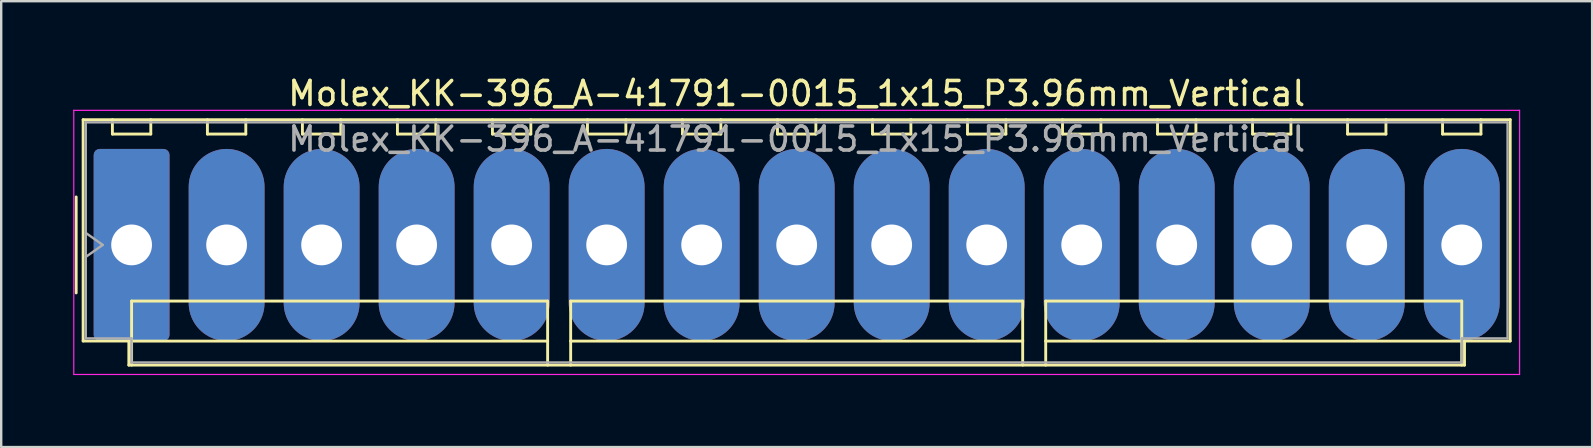
<source format=kicad_pcb>
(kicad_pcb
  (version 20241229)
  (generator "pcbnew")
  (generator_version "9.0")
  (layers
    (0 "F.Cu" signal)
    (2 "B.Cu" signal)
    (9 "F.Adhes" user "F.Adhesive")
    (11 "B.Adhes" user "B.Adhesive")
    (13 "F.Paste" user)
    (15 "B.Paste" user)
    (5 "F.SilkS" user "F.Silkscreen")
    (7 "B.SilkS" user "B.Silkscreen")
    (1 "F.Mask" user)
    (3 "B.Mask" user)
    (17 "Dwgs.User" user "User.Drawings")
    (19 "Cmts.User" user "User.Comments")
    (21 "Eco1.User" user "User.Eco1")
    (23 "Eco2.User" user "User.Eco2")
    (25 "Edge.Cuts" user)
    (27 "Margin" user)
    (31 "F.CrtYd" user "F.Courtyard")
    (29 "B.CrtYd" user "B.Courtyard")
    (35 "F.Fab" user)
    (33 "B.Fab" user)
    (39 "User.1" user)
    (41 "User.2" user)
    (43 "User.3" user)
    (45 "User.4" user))
  (footprint "Molex_KK-396_A-41791-0015_1x15_P3.96mm_Vertical"
    (layer "F.Cu")
    (at 2.435 7.158)
    (property "Reference" "Molex_KK-396_A-41791-0015_1x15_P3.96mm_Vertical" (at 27.72 -6.31 0) (layer "F.SilkS") (effects (font (size 1 1) (thickness 0.15))))
    (attr through_hole)
    (fp_line (start -2.31 -2) (end -2.31 2) (stroke (width 0.12) (type solid)) (layer "F.SilkS"))
    (fp_line (start -2.02 -5.22) (end 57.46 -5.22) (stroke (width 0.12) (type solid)) (layer "F.SilkS"))
    (fp_line (start -2.02 4.005) (end -2.02 -5.22) (stroke (width 0.12) (type solid)) (layer "F.SilkS"))
    (fp_line (start -0.8 -5.22) (end -0.8 -4.62) (stroke (width 0.12) (type solid)) (layer "F.SilkS"))
    (fp_line (start -0.8 -4.62) (end 0.8 -4.62) (stroke (width 0.12) (type solid)) (layer "F.SilkS"))
    (fp_line (start -0.115 4.005) (end -2.02 4.005) (stroke (width 0.12) (type solid)) (layer "F.SilkS"))
    (fp_line (start -0.115 5.01) (end -0.115 4.005) (stroke (width 0.12) (type solid)) (layer "F.SilkS"))
    (fp_line (start 0 2.34) (end 17.34 2.34) (stroke (width 0.12) (type solid)) (layer "F.SilkS"))
    (fp_line (start 0 4.01) (end 0 2.34) (stroke (width 0.12) (type solid)) (layer "F.SilkS"))
    (fp_line (start 0 4.01) (end 17.34 4.01) (stroke (width 0.12) (type solid)) (layer "F.SilkS"))
    (fp_line (start 0 5.01) (end 0 4.01) (stroke (width 0.12) (type solid)) (layer "F.SilkS"))
    (fp_line (start 0.8 -4.62) (end 0.8 -5.22) (stroke (width 0.12) (type solid)) (layer "F.SilkS"))
    (fp_line (start 3.16 -5.22) (end 3.16 -4.62) (stroke (width 0.12) (type solid)) (layer "F.SilkS"))
    (fp_line (start 3.16 -4.62) (end 4.76 -4.62) (stroke (width 0.12) (type solid)) (layer "F.SilkS"))
    (fp_line (start 4.76 -4.62) (end 4.76 -5.22) (stroke (width 0.12) (type solid)) (layer "F.SilkS"))
    (fp_line (start 7.12 -5.22) (end 7.12 -4.62) (stroke (width 0.12) (type solid)) (layer "F.SilkS"))
    (fp_line (start 7.12 -4.62) (end 8.72 -4.62) (stroke (width 0.12) (type solid)) (layer "F.SilkS"))
    (fp_line (start 8.72 -4.62) (end 8.72 -5.22) (stroke (width 0.12) (type solid)) (layer "F.SilkS"))
    (fp_line (start 11.08 -5.22) (end 11.08 -4.62) (stroke (width 0.12) (type solid)) (layer "F.SilkS"))
    (fp_line (start 11.08 -4.62) (end 12.68 -4.62) (stroke (width 0.12) (type solid)) (layer "F.SilkS"))
    (fp_line (start 12.68 -4.62) (end 12.68 -5.22) (stroke (width 0.12) (type solid)) (layer "F.SilkS"))
    (fp_line (start 15.04 -5.22) (end 15.04 -4.62) (stroke (width 0.12) (type solid)) (layer "F.SilkS"))
    (fp_line (start 15.04 -4.62) (end 16.64 -4.62) (stroke (width 0.12) (type solid)) (layer "F.SilkS"))
    (fp_line (start 16.64 -4.62) (end 16.64 -5.22) (stroke (width 0.12) (type solid)) (layer "F.SilkS"))
    (fp_line (start 17.34 2.34) (end 17.34 4.01) (stroke (width 0.12) (type solid)) (layer "F.SilkS"))
    (fp_line (start 17.34 4.01) (end 17.34 5.01) (stroke (width 0.12) (type solid)) (layer "F.SilkS"))
    (fp_line (start 18.3 2.34) (end 37.14 2.34) (stroke (width 0.12) (type solid)) (layer "F.SilkS"))
    (fp_line (start 18.3 4.01) (end 18.3 2.34) (stroke (width 0.12) (type solid)) (layer "F.SilkS"))
    (fp_line (start 18.3 4.01) (end 37.14 4.01) (stroke (width 0.12) (type solid)) (layer "F.SilkS"))
    (fp_line (start 18.3 5.01) (end 18.3 4.01) (stroke (width 0.12) (type solid)) (layer "F.SilkS"))
    (fp_line (start 19 -5.22) (end 19 -4.62) (stroke (width 0.12) (type solid)) (layer "F.SilkS"))
    (fp_line (start 19 -4.62) (end 20.6 -4.62) (stroke (width 0.12) (type solid)) (layer "F.SilkS"))
    (fp_line (start 20.6 -4.62) (end 20.6 -5.22) (stroke (width 0.12) (type solid)) (layer "F.SilkS"))
    (fp_line (start 22.96 -5.22) (end 22.96 -4.62) (stroke (width 0.12) (type solid)) (layer "F.SilkS"))
    (fp_line (start 22.96 -4.62) (end 24.56 -4.62) (stroke (width 0.12) (type solid)) (layer "F.SilkS"))
    (fp_line (start 24.56 -4.62) (end 24.56 -5.22) (stroke (width 0.12) (type solid)) (layer "F.SilkS"))
    (fp_line (start 26.92 -5.22) (end 26.92 -4.62) (stroke (width 0.12) (type solid)) (layer "F.SilkS"))
    (fp_line (start 26.92 -4.62) (end 28.52 -4.62) (stroke (width 0.12) (type solid)) (layer "F.SilkS"))
    (fp_line (start 28.52 -4.62) (end 28.52 -5.22) (stroke (width 0.12) (type solid)) (layer "F.SilkS"))
    (fp_line (start 30.88 -5.22) (end 30.88 -4.62) (stroke (width 0.12) (type solid)) (layer "F.SilkS"))
    (fp_line (start 30.88 -4.62) (end 32.48 -4.62) (stroke (width 0.12) (type solid)) (layer "F.SilkS"))
    (fp_line (start 32.48 -4.62) (end 32.48 -5.22) (stroke (width 0.12) (type solid)) (layer "F.SilkS"))
    (fp_line (start 34.84 -5.22) (end 34.84 -4.62) (stroke (width 0.12) (type solid)) (layer "F.SilkS"))
    (fp_line (start 34.84 -4.62) (end 36.44 -4.62) (stroke (width 0.12) (type solid)) (layer "F.SilkS"))
    (fp_line (start 36.44 -4.62) (end 36.44 -5.22) (stroke (width 0.12) (type solid)) (layer "F.SilkS"))
    (fp_line (start 37.14 2.34) (end 37.14 4.01) (stroke (width 0.12) (type solid)) (layer "F.SilkS"))
    (fp_line (start 37.14 4.01) (end 37.14 5.01) (stroke (width 0.12) (type solid)) (layer "F.SilkS"))
    (fp_line (start 38.1 2.34) (end 55.44 2.34) (stroke (width 0.12) (type solid)) (layer "F.SilkS"))
    (fp_line (start 38.1 4.01) (end 38.1 2.34) (stroke (width 0.12) (type solid)) (layer "F.SilkS"))
    (fp_line (start 38.1 4.01) (end 55.44 4.01) (stroke (width 0.12) (type solid)) (layer "F.SilkS"))
    (fp_line (start 38.1 5.01) (end 38.1 4.01) (stroke (width 0.12) (type solid)) (layer "F.SilkS"))
    (fp_line (start 38.8 -5.22) (end 38.8 -4.62) (stroke (width 0.12) (type solid)) (layer "F.SilkS"))
    (fp_line (start 38.8 -4.62) (end 40.4 -4.62) (stroke (width 0.12) (type solid)) (layer "F.SilkS"))
    (fp_line (start 40.4 -4.62) (end 40.4 -5.22) (stroke (width 0.12) (type solid)) (layer "F.SilkS"))
    (fp_line (start 42.76 -5.22) (end 42.76 -4.62) (stroke (width 0.12) (type solid)) (layer "F.SilkS"))
    (fp_line (start 42.76 -4.62) (end 44.36 -4.62) (stroke (width 0.12) (type solid)) (layer "F.SilkS"))
    (fp_line (start 44.36 -4.62) (end 44.36 -5.22) (stroke (width 0.12) (type solid)) (layer "F.SilkS"))
    (fp_line (start 46.72 -5.22) (end 46.72 -4.62) (stroke (width 0.12) (type solid)) (layer "F.SilkS"))
    (fp_line (start 46.72 -4.62) (end 48.32 -4.62) (stroke (width 0.12) (type solid)) (layer "F.SilkS"))
    (fp_line (start 48.32 -4.62) (end 48.32 -5.22) (stroke (width 0.12) (type solid)) (layer "F.SilkS"))
    (fp_line (start 50.68 -5.22) (end 50.68 -4.62) (stroke (width 0.12) (type solid)) (layer "F.SilkS"))
    (fp_line (start 50.68 -4.62) (end 52.28 -4.62) (stroke (width 0.12) (type solid)) (layer "F.SilkS"))
    (fp_line (start 52.28 -4.62) (end 52.28 -5.22) (stroke (width 0.12) (type solid)) (layer "F.SilkS"))
    (fp_line (start 54.64 -5.22) (end 54.64 -4.62) (stroke (width 0.12) (type solid)) (layer "F.SilkS"))
    (fp_line (start 54.64 -4.62) (end 56.24 -4.62) (stroke (width 0.12) (type solid)) (layer "F.SilkS"))
    (fp_line (start 55.44 2.34) (end 55.44 4.01) (stroke (width 0.12) (type solid)) (layer "F.SilkS"))
    (fp_line (start 55.44 4.01) (end 55.44 5.01) (stroke (width 0.12) (type solid)) (layer "F.SilkS"))
    (fp_line (start 55.555 4.005) (end 55.555 5.01) (stroke (width 0.12) (type solid)) (layer "F.SilkS"))
    (fp_line (start 55.555 5.01) (end -0.115 5.01) (stroke (width 0.12) (type solid)) (layer "F.SilkS"))
    (fp_line (start 56.24 -4.62) (end 56.24 -5.22) (stroke (width 0.12) (type solid)) (layer "F.SilkS"))
    (fp_line (start 57.46 -5.22) (end 57.46 4.005) (stroke (width 0.12) (type solid)) (layer "F.SilkS"))
    (fp_line (start 57.46 4.005) (end 55.555 4.005) (stroke (width 0.12) (type solid)) (layer "F.SilkS"))
    (fp_line (start -2.41 -5.61) (end -2.41 5.4) (stroke (width 0.05) (type solid)) (layer "F.CrtYd"))
    (fp_line (start -2.41 5.4) (end 57.85 5.4) (stroke (width 0.05) (type solid)) (layer "F.CrtYd"))
    (fp_line (start 57.85 -5.61) (end -2.41 -5.61) (stroke (width 0.05) (type solid)) (layer "F.CrtYd"))
    (fp_line (start 57.85 5.4) (end 57.85 -5.61) (stroke (width 0.05) (type solid)) (layer "F.CrtYd"))
    (fp_line (start -1.91 -5.11) (end 57.35 -5.11) (stroke (width 0.1) (type solid)) (layer "F.Fab"))
    (fp_line (start -1.91 -0.5) (end -1.203 0) (stroke (width 0.1) (type solid)) (layer "F.Fab"))
    (fp_line (start -1.91 3.895) (end -1.91 -5.11) (stroke (width 0.1) (type solid)) (layer "F.Fab"))
    (fp_line (start -1.203 0) (end -1.91 0.5) (stroke (width 0.1) (type solid)) (layer "F.Fab"))
    (fp_line (start -0.005 3.895) (end -1.91 3.895) (stroke (width 0.1) (type solid)) (layer "F.Fab"))
    (fp_line (start -0.005 4.9) (end -0.005 3.895) (stroke (width 0.1) (type solid)) (layer "F.Fab"))
    (fp_line (start 55.445 3.895) (end 55.445 4.9) (stroke (width 0.1) (type solid)) (layer "F.Fab"))
    (fp_line (start 55.445 4.9) (end -0.005 4.9) (stroke (width 0.1) (type solid)) (layer "F.Fab"))
    (fp_line (start 57.35 -5.11) (end 57.35 3.895) (stroke (width 0.1) (type solid)) (layer "F.Fab"))
    (fp_line (start 57.35 3.895) (end 55.445 3.895) (stroke (width 0.1) (type solid)) (layer "F.Fab"))
    (fp_text user "${REFERENCE}" (at 27.72 -4.41 0) (layer "F.Fab") (effects (font (size 1 1) (thickness 0.15))))
    (pad "1" thru_hole roundrect (at 0 0) (size 3.16 8) (drill 1.7) (layers "*.Cu" "*.Mask") (roundrect_rratio 0.079))
    (pad "2" thru_hole oval (at 3.96 0) (size 3.16 8) (drill 1.7) (layers "*.Cu" "*.Mask"))
    (pad "3" thru_hole oval (at 7.92 0) (size 3.16 8) (drill 1.7) (layers "*.Cu" "*.Mask"))
    (pad "4" thru_hole oval (at 11.88 0) (size 3.16 8) (drill 1.7) (layers "*.Cu" "*.Mask"))
    (pad "5" thru_hole oval (at 15.84 0) (size 3.16 8) (drill 1.7) (layers "*.Cu" "*.Mask"))
    (pad "6" thru_hole oval (at 19.8 0) (size 3.16 8) (drill 1.7) (layers "*.Cu" "*.Mask"))
    (pad "7" thru_hole oval (at 23.76 0) (size 3.16 8) (drill 1.7) (layers "*.Cu" "*.Mask"))
    (pad "8" thru_hole oval (at 27.72 0) (size 3.16 8) (drill 1.7) (layers "*.Cu" "*.Mask"))
    (pad "9" thru_hole oval (at 31.68 0) (size 3.16 8) (drill 1.7) (layers "*.Cu" "*.Mask"))
    (pad "10" thru_hole oval (at 35.64 0) (size 3.16 8) (drill 1.7) (layers "*.Cu" "*.Mask"))
    (pad "11" thru_hole oval (at 39.6 0) (size 3.16 8) (drill 1.7) (layers "*.Cu" "*.Mask"))
    (pad "12" thru_hole oval (at 43.56 0) (size 3.16 8) (drill 1.7) (layers "*.Cu" "*.Mask"))
    (pad "13" thru_hole oval (at 47.52 0) (size 3.16 8) (drill 1.7) (layers "*.Cu" "*.Mask"))
    (pad "14" thru_hole oval (at 51.48 0) (size 3.16 8) (drill 1.7) (layers "*.Cu" "*.Mask"))
    (pad "15" thru_hole oval (at 55.44 0) (size 3.16 8) (drill 1.7) (layers "*.Cu" "*.Mask")))
  (gr_rect
    (start -3 -3)
    (end 63.31 15.583)
    (stroke (width 0.1) (type default))
    (fill no)
    (layer "Edge.Cuts")))
</source>
